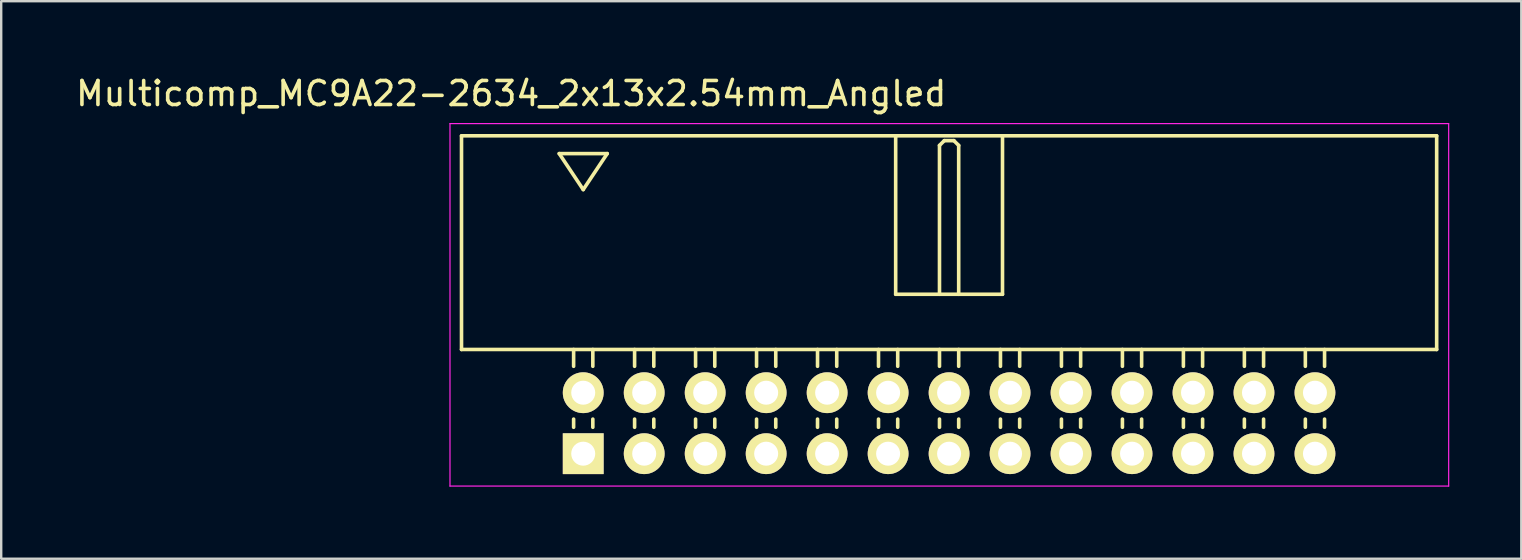
<source format=kicad_pcb>
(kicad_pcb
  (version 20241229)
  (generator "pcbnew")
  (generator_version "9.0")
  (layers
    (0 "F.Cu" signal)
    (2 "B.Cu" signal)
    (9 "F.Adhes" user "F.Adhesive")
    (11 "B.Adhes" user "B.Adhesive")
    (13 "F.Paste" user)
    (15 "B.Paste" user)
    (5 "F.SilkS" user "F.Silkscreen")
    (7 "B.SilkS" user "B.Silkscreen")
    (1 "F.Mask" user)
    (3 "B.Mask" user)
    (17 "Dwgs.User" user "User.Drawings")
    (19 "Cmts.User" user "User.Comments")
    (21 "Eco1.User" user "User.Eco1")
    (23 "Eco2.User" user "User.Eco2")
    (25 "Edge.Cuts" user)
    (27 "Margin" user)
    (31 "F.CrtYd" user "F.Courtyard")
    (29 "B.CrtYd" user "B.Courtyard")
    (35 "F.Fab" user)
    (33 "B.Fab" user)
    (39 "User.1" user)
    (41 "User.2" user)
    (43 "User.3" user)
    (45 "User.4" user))
  (footprint "Multicomp_MC9A22-2634_2x13x2.54mm_Angled"
    (layer "F.Cu")
    (at 21.244 15.848)
    (property "Reference" "Multicomp_MC9A22-2634_2x13x2.54mm_Angled" (at -3 -15 0) (layer "F.SilkS") (effects (font (size 1 1) (thickness 0.15))))
    (attr through_hole)
    (fp_line (start -5.07 -13.24) (end 35.55 -13.24) (stroke (width 0.15) (type solid)) (layer "F.SilkS"))
    (fp_line (start -5.07 -4.34) (end -5.07 -13.24) (stroke (width 0.15) (type solid)) (layer "F.SilkS"))
    (fp_line (start -1 -12.5) (end 1 -12.5) (stroke (width 0.15) (type solid)) (layer "F.SilkS"))
    (fp_line (start -0.4 -3.64) (end -0.4 -4.34) (stroke (width 0.15) (type solid)) (layer "F.SilkS"))
    (fp_line (start -0.4 -1.1) (end -0.4 -1.44) (stroke (width 0.15) (type solid)) (layer "F.SilkS"))
    (fp_line (start 0 -11) (end -1 -12.5) (stroke (width 0.15) (type solid)) (layer "F.SilkS"))
    (fp_line (start 0.4 -3.64) (end 0.4 -4.34) (stroke (width 0.15) (type solid)) (layer "F.SilkS"))
    (fp_line (start 0.4 -1.1) (end 0.4 -1.44) (stroke (width 0.15) (type solid)) (layer "F.SilkS"))
    (fp_line (start 1 -12.5) (end 0 -11) (stroke (width 0.15) (type solid)) (layer "F.SilkS"))
    (fp_line (start 2.14 -3.64) (end 2.14 -4.34) (stroke (width 0.15) (type solid)) (layer "F.SilkS"))
    (fp_line (start 2.14 -1.1) (end 2.14 -1.44) (stroke (width 0.15) (type solid)) (layer "F.SilkS"))
    (fp_line (start 2.94 -3.64) (end 2.94 -4.34) (stroke (width 0.15) (type solid)) (layer "F.SilkS"))
    (fp_line (start 2.94 -1.1) (end 2.94 -1.44) (stroke (width 0.15) (type solid)) (layer "F.SilkS"))
    (fp_line (start 4.68 -3.64) (end 4.68 -4.34) (stroke (width 0.15) (type solid)) (layer "F.SilkS"))
    (fp_line (start 4.68 -1.1) (end 4.68 -1.44) (stroke (width 0.15) (type solid)) (layer "F.SilkS"))
    (fp_line (start 5.48 -3.64) (end 5.48 -4.34) (stroke (width 0.15) (type solid)) (layer "F.SilkS"))
    (fp_line (start 5.48 -1.1) (end 5.48 -1.44) (stroke (width 0.15) (type solid)) (layer "F.SilkS"))
    (fp_line (start 7.22 -3.64) (end 7.22 -4.34) (stroke (width 0.15) (type solid)) (layer "F.SilkS"))
    (fp_line (start 7.22 -1.1) (end 7.22 -1.44) (stroke (width 0.15) (type solid)) (layer "F.SilkS"))
    (fp_line (start 8.02 -3.64) (end 8.02 -4.34) (stroke (width 0.15) (type solid)) (layer "F.SilkS"))
    (fp_line (start 8.02 -1.1) (end 8.02 -1.44) (stroke (width 0.15) (type solid)) (layer "F.SilkS"))
    (fp_line (start 9.76 -3.64) (end 9.76 -4.34) (stroke (width 0.15) (type solid)) (layer "F.SilkS"))
    (fp_line (start 9.76 -1.1) (end 9.76 -1.44) (stroke (width 0.15) (type solid)) (layer "F.SilkS"))
    (fp_line (start 10.56 -3.64) (end 10.56 -4.34) (stroke (width 0.15) (type solid)) (layer "F.SilkS"))
    (fp_line (start 10.56 -1.1) (end 10.56 -1.44) (stroke (width 0.15) (type solid)) (layer "F.SilkS"))
    (fp_line (start 12.3 -3.64) (end 12.3 -4.34) (stroke (width 0.15) (type solid)) (layer "F.SilkS"))
    (fp_line (start 12.3 -1.1) (end 12.3 -1.44) (stroke (width 0.15) (type solid)) (layer "F.SilkS"))
    (fp_line (start 13.015 -13.24) (end 13.015 -6.64) (stroke (width 0.15) (type solid)) (layer "F.SilkS"))
    (fp_line (start 13.015 -6.64) (end 17.465 -6.64) (stroke (width 0.15) (type solid)) (layer "F.SilkS"))
    (fp_line (start 13.1 -3.64) (end 13.1 -4.34) (stroke (width 0.15) (type solid)) (layer "F.SilkS"))
    (fp_line (start 13.1 -1.1) (end 13.1 -1.44) (stroke (width 0.15) (type solid)) (layer "F.SilkS"))
    (fp_line (start 14.84 -12.84) (end 15.04 -13.04) (stroke (width 0.15) (type solid)) (layer "F.SilkS"))
    (fp_line (start 14.84 -6.64) (end 14.84 -12.84) (stroke (width 0.15) (type solid)) (layer "F.SilkS"))
    (fp_line (start 14.84 -3.64) (end 14.84 -4.34) (stroke (width 0.15) (type solid)) (layer "F.SilkS"))
    (fp_line (start 14.84 -1.1) (end 14.84 -1.44) (stroke (width 0.15) (type solid)) (layer "F.SilkS"))
    (fp_line (start 15.04 -13.04) (end 15.44 -13.04) (stroke (width 0.15) (type solid)) (layer "F.SilkS"))
    (fp_line (start 15.44 -13.04) (end 15.64 -12.84) (stroke (width 0.15) (type solid)) (layer "F.SilkS"))
    (fp_line (start 15.64 -12.84) (end 15.64 -6.64) (stroke (width 0.15) (type solid)) (layer "F.SilkS"))
    (fp_line (start 15.64 -3.64) (end 15.64 -4.34) (stroke (width 0.15) (type solid)) (layer "F.SilkS"))
    (fp_line (start 15.64 -1.1) (end 15.64 -1.44) (stroke (width 0.15) (type solid)) (layer "F.SilkS"))
    (fp_line (start 17.38 -3.64) (end 17.38 -4.34) (stroke (width 0.15) (type solid)) (layer "F.SilkS"))
    (fp_line (start 17.38 -1.1) (end 17.38 -1.44) (stroke (width 0.15) (type solid)) (layer "F.SilkS"))
    (fp_line (start 17.465 -6.64) (end 17.465 -13.24) (stroke (width 0.15) (type solid)) (layer "F.SilkS"))
    (fp_line (start 18.18 -3.64) (end 18.18 -4.34) (stroke (width 0.15) (type solid)) (layer "F.SilkS"))
    (fp_line (start 18.18 -1.1) (end 18.18 -1.44) (stroke (width 0.15) (type solid)) (layer "F.SilkS"))
    (fp_line (start 19.92 -3.64) (end 19.92 -4.34) (stroke (width 0.15) (type solid)) (layer "F.SilkS"))
    (fp_line (start 19.92 -1.1) (end 19.92 -1.44) (stroke (width 0.15) (type solid)) (layer "F.SilkS"))
    (fp_line (start 20.72 -3.64) (end 20.72 -4.34) (stroke (width 0.15) (type solid)) (layer "F.SilkS"))
    (fp_line (start 20.72 -1.1) (end 20.72 -1.44) (stroke (width 0.15) (type solid)) (layer "F.SilkS"))
    (fp_line (start 22.46 -3.64) (end 22.46 -4.34) (stroke (width 0.15) (type solid)) (layer "F.SilkS"))
    (fp_line (start 22.46 -1.1) (end 22.46 -1.44) (stroke (width 0.15) (type solid)) (layer "F.SilkS"))
    (fp_line (start 23.26 -3.64) (end 23.26 -4.34) (stroke (width 0.15) (type solid)) (layer "F.SilkS"))
    (fp_line (start 23.26 -1.1) (end 23.26 -1.44) (stroke (width 0.15) (type solid)) (layer "F.SilkS"))
    (fp_line (start 25 -3.64) (end 25 -4.34) (stroke (width 0.15) (type solid)) (layer "F.SilkS"))
    (fp_line (start 25 -1.1) (end 25 -1.44) (stroke (width 0.15) (type solid)) (layer "F.SilkS"))
    (fp_line (start 25.8 -3.64) (end 25.8 -4.34) (stroke (width 0.15) (type solid)) (layer "F.SilkS"))
    (fp_line (start 25.8 -1.1) (end 25.8 -1.44) (stroke (width 0.15) (type solid)) (layer "F.SilkS"))
    (fp_line (start 27.54 -3.64) (end 27.54 -4.34) (stroke (width 0.15) (type solid)) (layer "F.SilkS"))
    (fp_line (start 27.54 -1.1) (end 27.54 -1.44) (stroke (width 0.15) (type solid)) (layer "F.SilkS"))
    (fp_line (start 28.34 -3.64) (end 28.34 -4.34) (stroke (width 0.15) (type solid)) (layer "F.SilkS"))
    (fp_line (start 28.34 -1.1) (end 28.34 -1.44) (stroke (width 0.15) (type solid)) (layer "F.SilkS"))
    (fp_line (start 30.08 -3.64) (end 30.08 -4.34) (stroke (width 0.15) (type solid)) (layer "F.SilkS"))
    (fp_line (start 30.08 -1.1) (end 30.08 -1.44) (stroke (width 0.15) (type solid)) (layer "F.SilkS"))
    (fp_line (start 30.88 -3.64) (end 30.88 -4.34) (stroke (width 0.15) (type solid)) (layer "F.SilkS"))
    (fp_line (start 30.88 -1.1) (end 30.88 -1.44) (stroke (width 0.15) (type solid)) (layer "F.SilkS"))
    (fp_line (start 35.55 -13.24) (end 35.55 -4.34) (stroke (width 0.15) (type solid)) (layer "F.SilkS"))
    (fp_line (start 35.55 -4.34) (end -5.07 -4.34) (stroke (width 0.15) (type solid)) (layer "F.SilkS"))
    (fp_line (start -5.55 -13.75) (end 36.05 -13.75) (stroke (width 0.05) (type solid)) (layer "F.CrtYd"))
    (fp_line (start -5.55 1.35) (end -5.55 -13.75) (stroke (width 0.05) (type solid)) (layer "F.CrtYd"))
    (fp_line (start 36.05 -13.75) (end 36.05 1.35) (stroke (width 0.05) (type solid)) (layer "F.CrtYd"))
    (fp_line (start 36.05 1.35) (end -5.55 1.35) (stroke (width 0.05) (type solid)) (layer "F.CrtYd"))
    (pad "1" thru_hole rect (at 0 0) (size 1.7 1.7) (drill 1) (layers "*.Cu" "*.Mask" "F.SilkS"))
    (pad "2" thru_hole circle (at 0 -2.54) (size 1.7 1.7) (drill 1) (layers "*.Cu" "*.Mask" "F.SilkS"))
    (pad "3" thru_hole circle (at 2.54 0) (size 1.7 1.7) (drill 1) (layers "*.Cu" "*.Mask" "F.SilkS"))
    (pad "4" thru_hole circle (at 2.54 -2.54) (size 1.7 1.7) (drill 1) (layers "*.Cu" "*.Mask" "F.SilkS"))
    (pad "5" thru_hole circle (at 5.08 0) (size 1.7 1.7) (drill 1) (layers "*.Cu" "*.Mask" "F.SilkS"))
    (pad "6" thru_hole circle (at 5.08 -2.54) (size 1.7 1.7) (drill 1) (layers "*.Cu" "*.Mask" "F.SilkS"))
    (pad "7" thru_hole circle (at 7.62 0) (size 1.7 1.7) (drill 1) (layers "*.Cu" "*.Mask" "F.SilkS"))
    (pad "8" thru_hole circle (at 7.62 -2.54) (size 1.7 1.7) (drill 1) (layers "*.Cu" "*.Mask" "F.SilkS"))
    (pad "9" thru_hole circle (at 10.16 0) (size 1.7 1.7) (drill 1) (layers "*.Cu" "*.Mask" "F.SilkS"))
    (pad "10" thru_hole circle (at 10.16 -2.54) (size 1.7 1.7) (drill 1) (layers "*.Cu" "*.Mask" "F.SilkS"))
    (pad "11" thru_hole circle (at 12.7 0) (size 1.7 1.7) (drill 1) (layers "*.Cu" "*.Mask" "F.SilkS"))
    (pad "12" thru_hole circle (at 12.7 -2.54) (size 1.7 1.7) (drill 1) (layers "*.Cu" "*.Mask" "F.SilkS"))
    (pad "13" thru_hole circle (at 15.24 0) (size 1.7 1.7) (drill 1) (layers "*.Cu" "*.Mask" "F.SilkS"))
    (pad "14" thru_hole circle (at 15.24 -2.54) (size 1.7 1.7) (drill 1) (layers "*.Cu" "*.Mask" "F.SilkS"))
    (pad "15" thru_hole circle (at 17.78 0) (size 1.7 1.7) (drill 1) (layers "*.Cu" "*.Mask" "F.SilkS"))
    (pad "16" thru_hole circle (at 17.78 -2.54) (size 1.7 1.7) (drill 1) (layers "*.Cu" "*.Mask" "F.SilkS"))
    (pad "17" thru_hole circle (at 20.32 0) (size 1.7 1.7) (drill 1) (layers "*.Cu" "*.Mask" "F.SilkS"))
    (pad "18" thru_hole circle (at 20.32 -2.54) (size 1.7 1.7) (drill 1) (layers "*.Cu" "*.Mask" "F.SilkS"))
    (pad "19" thru_hole circle (at 22.86 0) (size 1.7 1.7) (drill 1) (layers "*.Cu" "*.Mask" "F.SilkS"))
    (pad "20" thru_hole circle (at 22.86 -2.54) (size 1.7 1.7) (drill 1) (layers "*.Cu" "*.Mask" "F.SilkS"))
    (pad "21" thru_hole circle (at 25.4 0) (size 1.7 1.7) (drill 1) (layers "*.Cu" "*.Mask" "F.SilkS"))
    (pad "22" thru_hole circle (at 25.4 -2.54) (size 1.7 1.7) (drill 1) (layers "*.Cu" "*.Mask" "F.SilkS"))
    (pad "23" thru_hole circle (at 27.94 0) (size 1.7 1.7) (drill 1) (layers "*.Cu" "*.Mask" "F.SilkS"))
    (pad "24" thru_hole circle (at 27.94 -2.54) (size 1.7 1.7) (drill 1) (layers "*.Cu" "*.Mask" "F.SilkS"))
    (pad "25" thru_hole circle (at 30.48 0) (size 1.7 1.7) (drill 1) (layers "*.Cu" "*.Mask" "F.SilkS"))
    (pad "26" thru_hole circle (at 30.48 -2.54) (size 1.7 1.7) (drill 1) (layers "*.Cu" "*.Mask" "F.SilkS")))
  (gr_rect
    (start -3 -3)
    (end 60.319 20.223)
    (stroke (width 0.1) (type default))
    (fill no)
    (layer "Edge.Cuts")))
</source>
